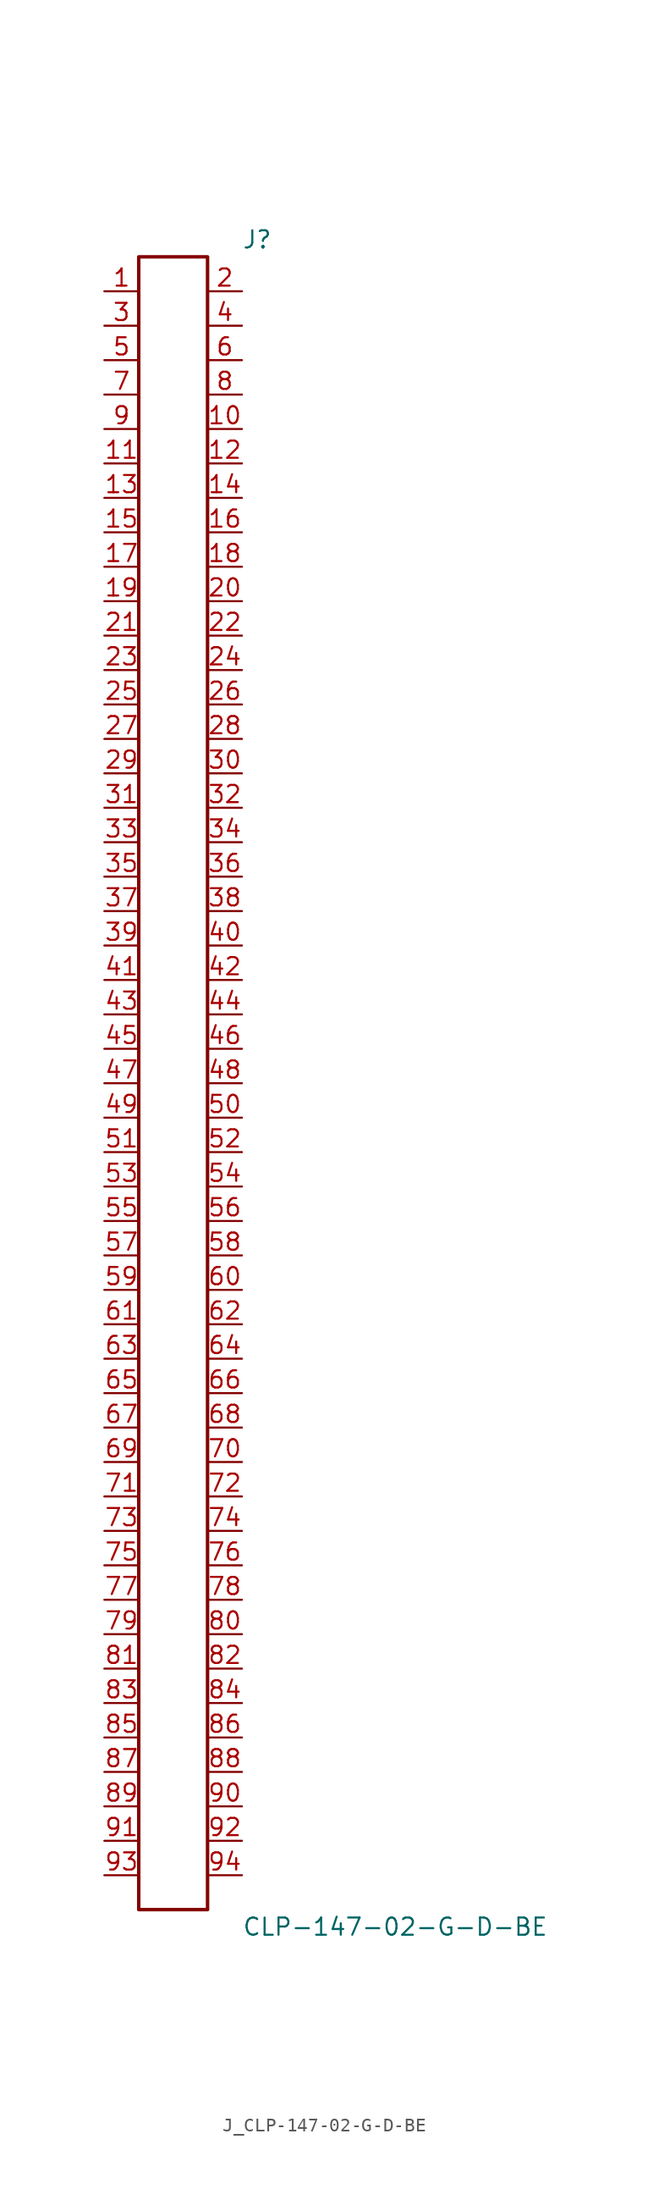
<source format=kicad_sym>
(kicad_symbol_lib
  (version 20231120)
  (generator kicad_symbol_editor)
  (generator_version 8.0)
  (symbol "J_CLP-147-02-G-D-BE"
    (pin_names
      (offset 0.254))
    (property "Reference" "J"
      (at 5.08 62.23 0)
      (effects (font (size 1.27 1.27)) (justify left)))
    (property "Value" "CLP-147-02-G-D-BE"
      (at 5.08 -62.23 0)
      (effects (font (size 1.27 1.27)) (justify left)))
    (symbol "J_CLP-147-02-G-D-BE_0_0"
      (pin passive line (at -5.08 58.42 0) (length 2.54) (name "" (effects (font (size 1.27 1.27)))) (number "1" (effects (font (size 1.27 1.27)))))
      (pin passive line (at 5.08 58.42 180) (length 2.54) (name "" (effects (font (size 1.27 1.27)))) (number "2" (effects (font (size 1.27 1.27)))))
      (pin passive line (at -5.08 55.88 0) (length 2.54) (name "" (effects (font (size 1.27 1.27)))) (number "3" (effects (font (size 1.27 1.27)))))
      (pin passive line (at 5.08 55.88 180) (length 2.54) (name "" (effects (font (size 1.27 1.27)))) (number "4" (effects (font (size 1.27 1.27)))))
      (pin passive line (at -5.08 53.34 0) (length 2.54) (name "" (effects (font (size 1.27 1.27)))) (number "5" (effects (font (size 1.27 1.27)))))
      (pin passive line (at 5.08 53.34 180) (length 2.54) (name "" (effects (font (size 1.27 1.27)))) (number "6" (effects (font (size 1.27 1.27)))))
      (pin passive line (at -5.08 50.8 0) (length 2.54) (name "" (effects (font (size 1.27 1.27)))) (number "7" (effects (font (size 1.27 1.27)))))
      (pin passive line (at 5.08 50.8 180) (length 2.54) (name "" (effects (font (size 1.27 1.27)))) (number "8" (effects (font (size 1.27 1.27)))))
      (pin passive line (at -5.08 48.26 0) (length 2.54) (name "" (effects (font (size 1.27 1.27)))) (number "9" (effects (font (size 1.27 1.27)))))
      (pin passive line (at 5.08 48.26 180) (length 2.54) (name "" (effects (font (size 1.27 1.27)))) (number "10" (effects (font (size 1.27 1.27)))))
      (pin passive line (at -5.08 45.72 0) (length 2.54) (name "" (effects (font (size 1.27 1.27)))) (number "11" (effects (font (size 1.27 1.27)))))
      (pin passive line (at 5.08 45.72 180) (length 2.54) (name "" (effects (font (size 1.27 1.27)))) (number "12" (effects (font (size 1.27 1.27)))))
      (pin passive line (at -5.08 43.18 0) (length 2.54) (name "" (effects (font (size 1.27 1.27)))) (number "13" (effects (font (size 1.27 1.27)))))
      (pin passive line (at 5.08 43.18 180) (length 2.54) (name "" (effects (font (size 1.27 1.27)))) (number "14" (effects (font (size 1.27 1.27)))))
      (pin passive line (at -5.08 40.64 0) (length 2.54) (name "" (effects (font (size 1.27 1.27)))) (number "15" (effects (font (size 1.27 1.27)))))
      (pin passive line (at 5.08 40.64 180) (length 2.54) (name "" (effects (font (size 1.27 1.27)))) (number "16" (effects (font (size 1.27 1.27)))))
      (pin passive line (at -5.08 38.1 0) (length 2.54) (name "" (effects (font (size 1.27 1.27)))) (number "17" (effects (font (size 1.27 1.27)))))
      (pin passive line (at 5.08 38.1 180) (length 2.54) (name "" (effects (font (size 1.27 1.27)))) (number "18" (effects (font (size 1.27 1.27)))))
      (pin passive line (at -5.08 35.56 0) (length 2.54) (name "" (effects (font (size 1.27 1.27)))) (number "19" (effects (font (size 1.27 1.27)))))
      (pin passive line (at 5.08 35.56 180) (length 2.54) (name "" (effects (font (size 1.27 1.27)))) (number "20" (effects (font (size 1.27 1.27)))))
      (pin passive line (at -5.08 33.02 0) (length 2.54) (name "" (effects (font (size 1.27 1.27)))) (number "21" (effects (font (size 1.27 1.27)))))
      (pin passive line (at 5.08 33.02 180) (length 2.54) (name "" (effects (font (size 1.27 1.27)))) (number "22" (effects (font (size 1.27 1.27)))))
      (pin passive line (at -5.08 30.48 0) (length 2.54) (name "" (effects (font (size 1.27 1.27)))) (number "23" (effects (font (size 1.27 1.27)))))
      (pin passive line (at 5.08 30.48 180) (length 2.54) (name "" (effects (font (size 1.27 1.27)))) (number "24" (effects (font (size 1.27 1.27)))))
      (pin passive line (at -5.08 27.94 0) (length 2.54) (name "" (effects (font (size 1.27 1.27)))) (number "25" (effects (font (size 1.27 1.27)))))
      (pin passive line (at 5.08 27.94 180) (length 2.54) (name "" (effects (font (size 1.27 1.27)))) (number "26" (effects (font (size 1.27 1.27)))))
      (pin passive line (at -5.08 25.4 0) (length 2.54) (name "" (effects (font (size 1.27 1.27)))) (number "27" (effects (font (size 1.27 1.27)))))
      (pin passive line (at 5.08 25.4 180) (length 2.54) (name "" (effects (font (size 1.27 1.27)))) (number "28" (effects (font (size 1.27 1.27)))))
      (pin passive line (at -5.08 22.86 0) (length 2.54) (name "" (effects (font (size 1.27 1.27)))) (number "29" (effects (font (size 1.27 1.27)))))
      (pin passive line (at 5.08 22.86 180) (length 2.54) (name "" (effects (font (size 1.27 1.27)))) (number "30" (effects (font (size 1.27 1.27)))))
      (pin passive line (at -5.08 20.32 0) (length 2.54) (name "" (effects (font (size 1.27 1.27)))) (number "31" (effects (font (size 1.27 1.27)))))
      (pin passive line (at 5.08 20.32 180) (length 2.54) (name "" (effects (font (size 1.27 1.27)))) (number "32" (effects (font (size 1.27 1.27)))))
      (pin passive line (at -5.08 17.78 0) (length 2.54) (name "" (effects (font (size 1.27 1.27)))) (number "33" (effects (font (size 1.27 1.27)))))
      (pin passive line (at 5.08 17.78 180) (length 2.54) (name "" (effects (font (size 1.27 1.27)))) (number "34" (effects (font (size 1.27 1.27)))))
      (pin passive line (at -5.08 15.24 0) (length 2.54) (name "" (effects (font (size 1.27 1.27)))) (number "35" (effects (font (size 1.27 1.27)))))
      (pin passive line (at 5.08 15.24 180) (length 2.54) (name "" (effects (font (size 1.27 1.27)))) (number "36" (effects (font (size 1.27 1.27)))))
      (pin passive line (at -5.08 12.7 0) (length 2.54) (name "" (effects (font (size 1.27 1.27)))) (number "37" (effects (font (size 1.27 1.27)))))
      (pin passive line (at 5.08 12.7 180) (length 2.54) (name "" (effects (font (size 1.27 1.27)))) (number "38" (effects (font (size 1.27 1.27)))))
      (pin passive line (at -5.08 10.16 0) (length 2.54) (name "" (effects (font (size 1.27 1.27)))) (number "39" (effects (font (size 1.27 1.27)))))
      (pin passive line (at 5.08 10.16 180) (length 2.54) (name "" (effects (font (size 1.27 1.27)))) (number "40" (effects (font (size 1.27 1.27)))))
      (pin passive line (at -5.08 7.62 0) (length 2.54) (name "" (effects (font (size 1.27 1.27)))) (number "41" (effects (font (size 1.27 1.27)))))
      (pin passive line (at 5.08 7.62 180) (length 2.54) (name "" (effects (font (size 1.27 1.27)))) (number "42" (effects (font (size 1.27 1.27)))))
      (pin passive line (at -5.08 5.08 0) (length 2.54) (name "" (effects (font (size 1.27 1.27)))) (number "43" (effects (font (size 1.27 1.27)))))
      (pin passive line (at 5.08 5.08 180) (length 2.54) (name "" (effects (font (size 1.27 1.27)))) (number "44" (effects (font (size 1.27 1.27)))))
      (pin passive line (at -5.08 2.54 0) (length 2.54) (name "" (effects (font (size 1.27 1.27)))) (number "45" (effects (font (size 1.27 1.27)))))
      (pin passive line (at 5.08 2.54 180) (length 2.54) (name "" (effects (font (size 1.27 1.27)))) (number "46" (effects (font (size 1.27 1.27)))))
      (pin passive line (at -5.08 0.0 0) (length 2.54) (name "" (effects (font (size 1.27 1.27)))) (number "47" (effects (font (size 1.27 1.27)))))
      (pin passive line (at 5.08 0.0 180) (length 2.54) (name "" (effects (font (size 1.27 1.27)))) (number "48" (effects (font (size 1.27 1.27)))))
      (pin passive line (at -5.08 -2.54 0) (length 2.54) (name "" (effects (font (size 1.27 1.27)))) (number "49" (effects (font (size 1.27 1.27)))))
      (pin passive line (at 5.08 -2.54 180) (length 2.54) (name "" (effects (font (size 1.27 1.27)))) (number "50" (effects (font (size 1.27 1.27)))))
      (pin passive line (at -5.08 -5.08 0) (length 2.54) (name "" (effects (font (size 1.27 1.27)))) (number "51" (effects (font (size 1.27 1.27)))))
      (pin passive line (at 5.08 -5.08 180) (length 2.54) (name "" (effects (font (size 1.27 1.27)))) (number "52" (effects (font (size 1.27 1.27)))))
      (pin passive line (at -5.08 -7.62 0) (length 2.54) (name "" (effects (font (size 1.27 1.27)))) (number "53" (effects (font (size 1.27 1.27)))))
      (pin passive line (at 5.08 -7.62 180) (length 2.54) (name "" (effects (font (size 1.27 1.27)))) (number "54" (effects (font (size 1.27 1.27)))))
      (pin passive line (at -5.08 -10.16 0) (length 2.54) (name "" (effects (font (size 1.27 1.27)))) (number "55" (effects (font (size 1.27 1.27)))))
      (pin passive line (at 5.08 -10.16 180) (length 2.54) (name "" (effects (font (size 1.27 1.27)))) (number "56" (effects (font (size 1.27 1.27)))))
      (pin passive line (at -5.08 -12.7 0) (length 2.54) (name "" (effects (font (size 1.27 1.27)))) (number "57" (effects (font (size 1.27 1.27)))))
      (pin passive line (at 5.08 -12.7 180) (length 2.54) (name "" (effects (font (size 1.27 1.27)))) (number "58" (effects (font (size 1.27 1.27)))))
      (pin passive line (at -5.08 -15.24 0) (length 2.54) (name "" (effects (font (size 1.27 1.27)))) (number "59" (effects (font (size 1.27 1.27)))))
      (pin passive line (at 5.08 -15.24 180) (length 2.54) (name "" (effects (font (size 1.27 1.27)))) (number "60" (effects (font (size 1.27 1.27)))))
      (pin passive line (at -5.08 -17.78 0) (length 2.54) (name "" (effects (font (size 1.27 1.27)))) (number "61" (effects (font (size 1.27 1.27)))))
      (pin passive line (at 5.08 -17.78 180) (length 2.54) (name "" (effects (font (size 1.27 1.27)))) (number "62" (effects (font (size 1.27 1.27)))))
      (pin passive line (at -5.08 -20.32 0) (length 2.54) (name "" (effects (font (size 1.27 1.27)))) (number "63" (effects (font (size 1.27 1.27)))))
      (pin passive line (at 5.08 -20.32 180) (length 2.54) (name "" (effects (font (size 1.27 1.27)))) (number "64" (effects (font (size 1.27 1.27)))))
      (pin passive line (at -5.08 -22.86 0) (length 2.54) (name "" (effects (font (size 1.27 1.27)))) (number "65" (effects (font (size 1.27 1.27)))))
      (pin passive line (at 5.08 -22.86 180) (length 2.54) (name "" (effects (font (size 1.27 1.27)))) (number "66" (effects (font (size 1.27 1.27)))))
      (pin passive line (at -5.08 -25.4 0) (length 2.54) (name "" (effects (font (size 1.27 1.27)))) (number "67" (effects (font (size 1.27 1.27)))))
      (pin passive line (at 5.08 -25.4 180) (length 2.54) (name "" (effects (font (size 1.27 1.27)))) (number "68" (effects (font (size 1.27 1.27)))))
      (pin passive line (at -5.08 -27.94 0) (length 2.54) (name "" (effects (font (size 1.27 1.27)))) (number "69" (effects (font (size 1.27 1.27)))))
      (pin passive line (at 5.08 -27.94 180) (length 2.54) (name "" (effects (font (size 1.27 1.27)))) (number "70" (effects (font (size 1.27 1.27)))))
      (pin passive line (at -5.08 -30.48 0) (length 2.54) (name "" (effects (font (size 1.27 1.27)))) (number "71" (effects (font (size 1.27 1.27)))))
      (pin passive line (at 5.08 -30.48 180) (length 2.54) (name "" (effects (font (size 1.27 1.27)))) (number "72" (effects (font (size 1.27 1.27)))))
      (pin passive line (at -5.08 -33.02 0) (length 2.54) (name "" (effects (font (size 1.27 1.27)))) (number "73" (effects (font (size 1.27 1.27)))))
      (pin passive line (at 5.08 -33.02 180) (length 2.54) (name "" (effects (font (size 1.27 1.27)))) (number "74" (effects (font (size 1.27 1.27)))))
      (pin passive line (at -5.08 -35.56 0) (length 2.54) (name "" (effects (font (size 1.27 1.27)))) (number "75" (effects (font (size 1.27 1.27)))))
      (pin passive line (at 5.08 -35.56 180) (length 2.54) (name "" (effects (font (size 1.27 1.27)))) (number "76" (effects (font (size 1.27 1.27)))))
      (pin passive line (at -5.08 -38.1 0) (length 2.54) (name "" (effects (font (size 1.27 1.27)))) (number "77" (effects (font (size 1.27 1.27)))))
      (pin passive line (at 5.08 -38.1 180) (length 2.54) (name "" (effects (font (size 1.27 1.27)))) (number "78" (effects (font (size 1.27 1.27)))))
      (pin passive line (at -5.08 -40.64 0) (length 2.54) (name "" (effects (font (size 1.27 1.27)))) (number "79" (effects (font (size 1.27 1.27)))))
      (pin passive line (at 5.08 -40.64 180) (length 2.54) (name "" (effects (font (size 1.27 1.27)))) (number "80" (effects (font (size 1.27 1.27)))))
      (pin passive line (at -5.08 -43.18 0) (length 2.54) (name "" (effects (font (size 1.27 1.27)))) (number "81" (effects (font (size 1.27 1.27)))))
      (pin passive line (at 5.08 -43.18 180) (length 2.54) (name "" (effects (font (size 1.27 1.27)))) (number "82" (effects (font (size 1.27 1.27)))))
      (pin passive line (at -5.08 -45.72 0) (length 2.54) (name "" (effects (font (size 1.27 1.27)))) (number "83" (effects (font (size 1.27 1.27)))))
      (pin passive line (at 5.08 -45.72 180) (length 2.54) (name "" (effects (font (size 1.27 1.27)))) (number "84" (effects (font (size 1.27 1.27)))))
      (pin passive line (at -5.08 -48.26 0) (length 2.54) (name "" (effects (font (size 1.27 1.27)))) (number "85" (effects (font (size 1.27 1.27)))))
      (pin passive line (at 5.08 -48.26 180) (length 2.54) (name "" (effects (font (size 1.27 1.27)))) (number "86" (effects (font (size 1.27 1.27)))))
      (pin passive line (at -5.08 -50.8 0) (length 2.54) (name "" (effects (font (size 1.27 1.27)))) (number "87" (effects (font (size 1.27 1.27)))))
      (pin passive line (at 5.08 -50.8 180) (length 2.54) (name "" (effects (font (size 1.27 1.27)))) (number "88" (effects (font (size 1.27 1.27)))))
      (pin passive line (at -5.08 -53.34 0) (length 2.54) (name "" (effects (font (size 1.27 1.27)))) (number "89" (effects (font (size 1.27 1.27)))))
      (pin passive line (at 5.08 -53.34 180) (length 2.54) (name "" (effects (font (size 1.27 1.27)))) (number "90" (effects (font (size 1.27 1.27)))))
      (pin passive line (at -5.08 -55.88 0) (length 2.54) (name "" (effects (font (size 1.27 1.27)))) (number "91" (effects (font (size 1.27 1.27)))))
      (pin passive line (at 5.08 -55.88 180) (length 2.54) (name "" (effects (font (size 1.27 1.27)))) (number "92" (effects (font (size 1.27 1.27)))))
      (pin passive line (at -5.08 -58.42 0) (length 2.54) (name "" (effects (font (size 1.27 1.27)))) (number "93" (effects (font (size 1.27 1.27)))))
      (pin passive line (at 5.08 -58.42 180) (length 2.54) (name "" (effects (font (size 1.27 1.27)))) (number "94" (effects (font (size 1.27 1.27))))))
    (symbol "J_CLP-147-02-G-D-BE_1_0"
      (rectangle (start -2.54 60.96) (end 2.54 -60.96) (stroke (width 0.254) (type solid)) (fill (type none))))))
</source>
